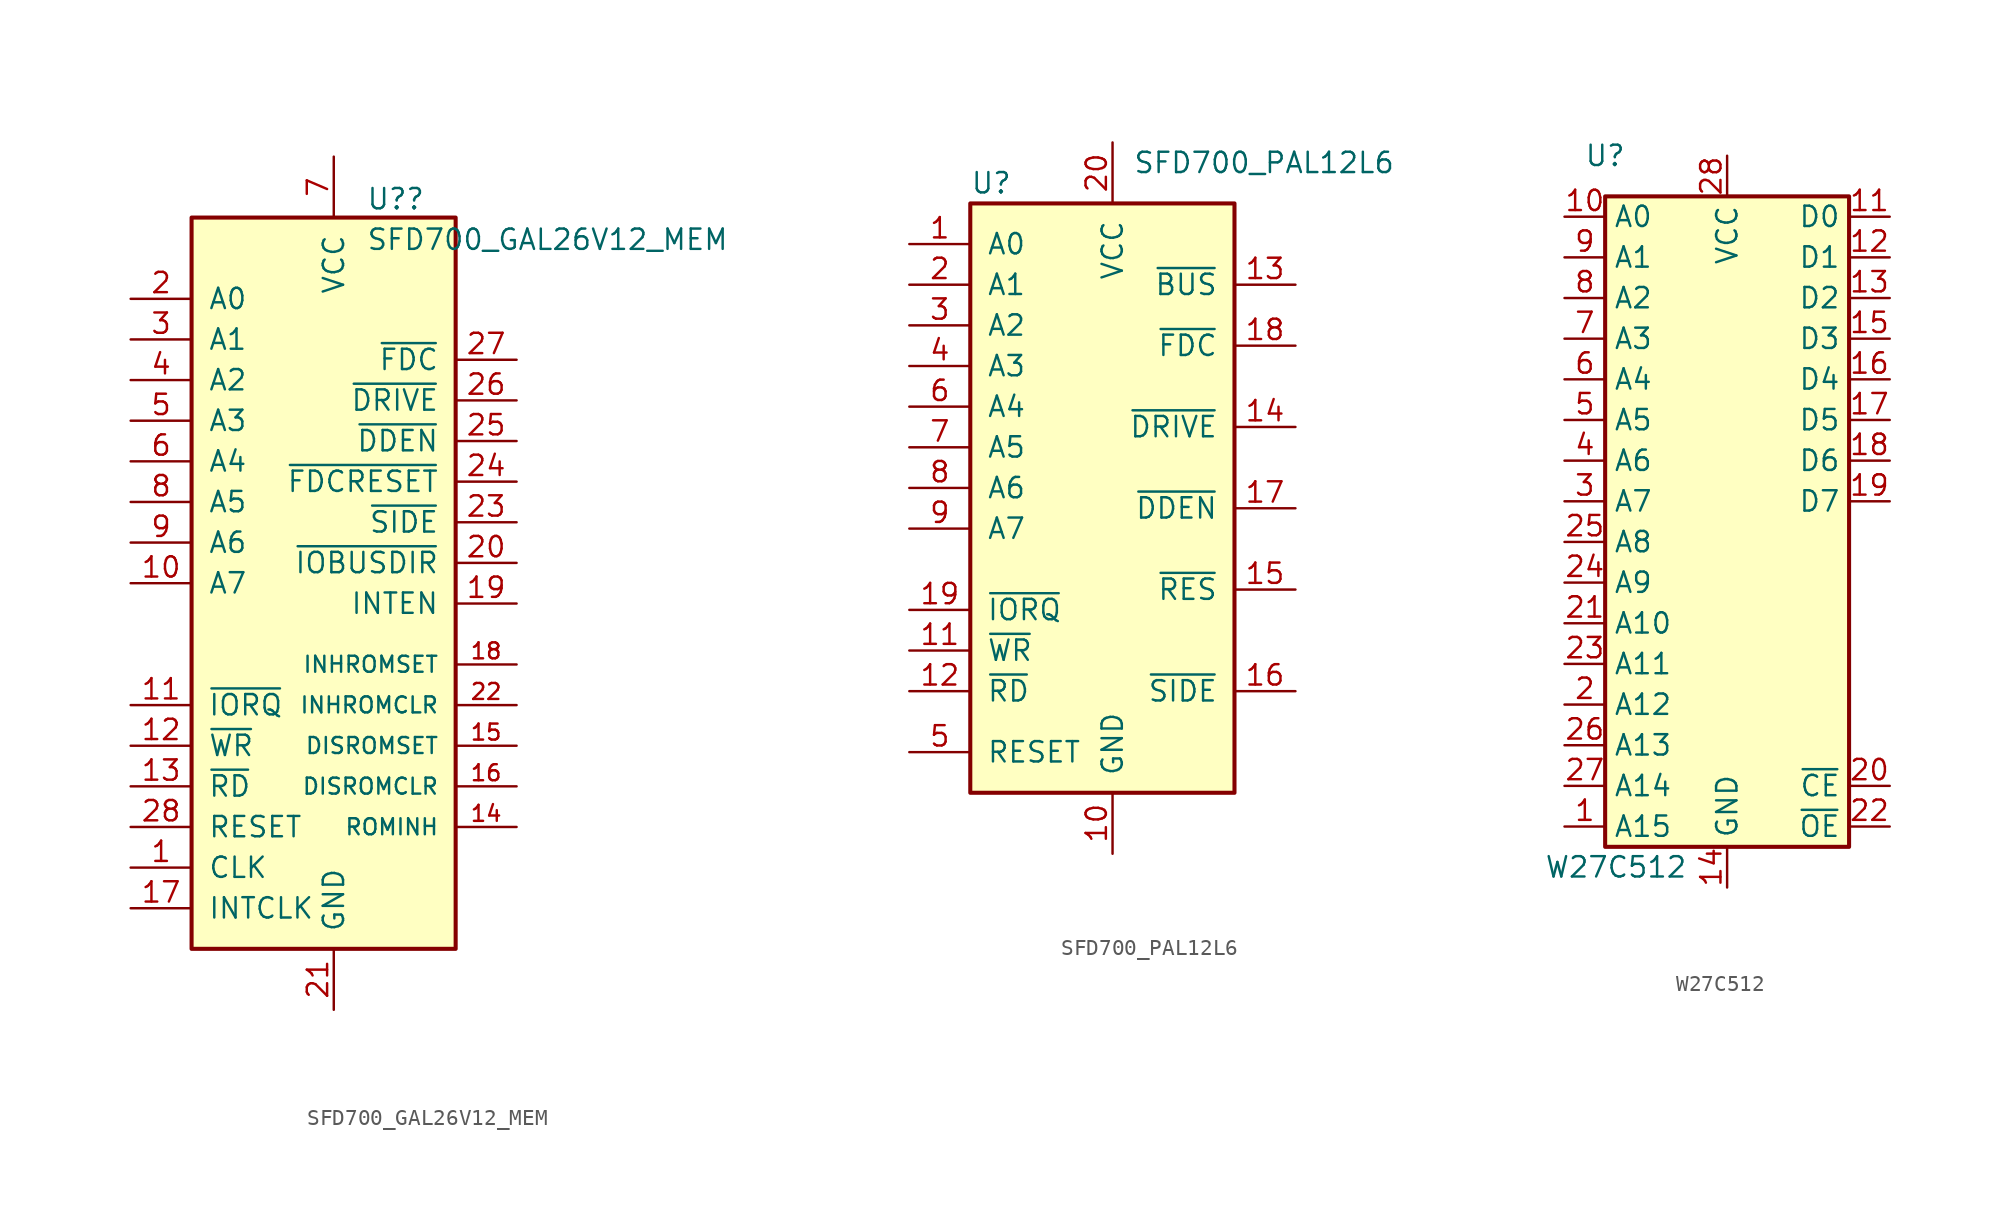
<source format=kicad_sym>
(kicad_symbol_lib
  (version 20220914)
  (generator kicad_symbol_editor)
  (symbol "SFD700_GAL26V12_MEM"
    (pin_names
      (offset 1.016))
    (property "Reference" "U?"
      (at 2.019 18.94 0)
      (effects (font (size 1.27 1.27)) (justify left)))
    (property "Value" "SFD700_GAL26V12_MEM"
      (at 2.019 16.403 0)
      (effects (font (size 1.27 1.27)) (justify left)))
    (symbol "SFD700_GAL26V12_MEM_0_0"
      (pin power_in line (at 0 -31.75 90) (length 3.81) (name "GND" (effects (font (size 1.27 1.27)))) (number "21" (effects (font (size 1.27 1.27)))))
      (pin power_in line (at 0 21.59 270) (length 3.81) (name "VCC" (effects (font (size 1.27 1.27)))) (number "7" (effects (font (size 1.27 1.27))))))
    (symbol "SFD700_GAL26V12_MEM_0_1"
      (rectangle (start -8.89 17.78) (end 7.62 -27.94) (stroke (width 0.254) (type default)) (fill (type background))))
    (symbol "SFD700_GAL26V12_MEM_1_1"
      (pin input line (at -12.7 -22.86 0) (length 3.81) (name "CLK" (effects (font (size 1.27 1.27)))) (number "1" (effects (font (size 1.27 1.27)))))
      (pin input line (at -12.7 -5.08 0) (length 3.81) (name "A7" (effects (font (size 1.27 1.27)))) (number "10" (effects (font (size 1.27 1.27)))))
      (pin input line (at -12.7 -12.7 0) (length 3.81) (name "~{IORQ}" (effects (font (size 1.27 1.27)))) (number "11" (effects (font (size 1.27 1.27)))))
      (pin input line (at -12.7 -15.24 0) (length 3.81) (name "~{WR}" (effects (font (size 1.27 1.27)))) (number "12" (effects (font (size 1.27 1.27)))))
      (pin input line (at -12.7 -17.78 0) (length 3.81) (name "~{RD}" (effects (font (size 1.27 1.27)))) (number "13" (effects (font (size 1.27 1.27)))))
      (pin input line (at 11.43 -20.32 180) (length 3.81) (name "ROMINH" (effects (font (size 1 1)))) (number "14" (effects (font (size 1 1)))))
      (pin output line (at 11.43 -15.24 180) (length 3.81) (name "DISROMSET" (effects (font (size 1 1)))) (number "15" (effects (font (size 1 1)))))
      (pin output line (at 11.43 -17.78 180) (length 3.81) (name "DISROMCLR" (effects (font (size 1 1)))) (number "16" (effects (font (size 1 1)))))
      (pin output line (at -12.7 -25.4 0) (length 3.81) (name "INTCLK" (effects (font (size 1.27 1.27)))) (number "17" (effects (font (size 1.27 1.27)))))
      (pin output line (at 11.43 -10.16 180) (length 3.81) (name "INHROMSET" (effects (font (size 1 1)))) (number "18" (effects (font (size 1 1)))))
      (pin output line (at 11.43 -6.35 180) (length 3.81) (name "INTEN" (effects (font (size 1.27 1.27)))) (number "19" (effects (font (size 1.27 1.27)))))
      (pin input line (at -12.7 12.7 0) (length 3.81) (name "A0" (effects (font (size 1.27 1.27)))) (number "2" (effects (font (size 1.27 1.27)))))
      (pin output line (at 11.43 -3.81 180) (length 3.81) (name "~{IOBUSDIR}" (effects (font (size 1.27 1.27)))) (number "20" (effects (font (size 1.27 1.27)))))
      (pin output line (at 11.43 -12.7 180) (length 3.81) (name "INHROMCLR" (effects (font (size 1 1)))) (number "22" (effects (font (size 1 1)))))
      (pin output line (at 11.43 -1.27 180) (length 3.81) (name "~{SIDE}" (effects (font (size 1.27 1.27)))) (number "23" (effects (font (size 1.27 1.27)))))
      (pin output line (at 11.43 1.27 180) (length 3.81) (name "~{FDCRESET}" (effects (font (size 1.27 1.27)))) (number "24" (effects (font (size 1.27 1.27)))))
      (pin output line (at 11.43 3.81 180) (length 3.81) (name "~{DDEN}" (effects (font (size 1.27 1.27)))) (number "25" (effects (font (size 1.27 1.27)))))
      (pin output line (at 11.43 6.35 180) (length 3.81) (name "~{DRIVE}" (effects (font (size 1.27 1.27)))) (number "26" (effects (font (size 1.27 1.27)))))
      (pin output line (at 11.43 8.89 180) (length 3.81) (name "~{FDC}" (effects (font (size 1.27 1.27)))) (number "27" (effects (font (size 1.27 1.27)))))
      (pin input line (at -12.7 -20.32 0) (length 3.81) (name "RESET" (effects (font (size 1.27 1.27)))) (number "28" (effects (font (size 1.27 1.27)))))
      (pin input line (at -12.7 10.16 0) (length 3.81) (name "A1" (effects (font (size 1.27 1.27)))) (number "3" (effects (font (size 1.27 1.27)))))
      (pin input line (at -12.7 7.62 0) (length 3.81) (name "A2" (effects (font (size 1.27 1.27)))) (number "4" (effects (font (size 1.27 1.27)))))
      (pin input line (at -12.7 5.08 0) (length 3.81) (name "A3" (effects (font (size 1.27 1.27)))) (number "5" (effects (font (size 1.27 1.27)))))
      (pin input line (at -12.7 2.54 0) (length 3.81) (name "A4" (effects (font (size 1.27 1.27)))) (number "6" (effects (font (size 1.27 1.27)))))
      (pin input line (at -12.7 0 0) (length 3.81) (name "A5" (effects (font (size 1.27 1.27)))) (number "8" (effects (font (size 1.27 1.27)))))
      (pin input line (at -12.7 -2.54 0) (length 3.81) (name "A6" (effects (font (size 1.27 1.27)))) (number "9" (effects (font (size 1.27 1.27)))))))
  (symbol "SFD700_PAL12L6"
    (pin_names
      (offset 1.016))
    (property "Reference" "U"
      (at -8.89 16.51 0)
      (effects (font (size 1.27 1.27)) (justify left)))
    (property "Value" "SFD700_PAL12L6"
      (at 1.27 17.78 0)
      (effects (font (size 1.27 1.27)) (justify left)))
    (symbol "SFD700_PAL12L6_0_0"
      (pin power_in line (at 0 -25.4 90) (length 3.81) (name "GND" (effects (font (size 1.27 1.27)))) (number "10" (effects (font (size 1.27 1.27)))))
      (pin power_in line (at 0 19.05 270) (length 3.81) (name "VCC" (effects (font (size 1.27 1.27)))) (number "20" (effects (font (size 1.27 1.27))))))
    (symbol "SFD700_PAL12L6_0_1"
      (rectangle (start -8.89 15.24) (end 7.62 -21.59) (stroke (width 0.254) (type default)) (fill (type background))))
    (symbol "SFD700_PAL12L6_1_1"
      (pin input line (at -12.7 12.7 0) (length 3.81) (name "A0" (effects (font (size 1.27 1.27)))) (number "1" (effects (font (size 1.27 1.27)))))
      (pin input line (at -12.7 -12.7 0) (length 3.81) (name "~{WR}" (effects (font (size 1.27 1.27)))) (number "11" (effects (font (size 1.27 1.27)))))
      (pin input line (at -12.7 -15.24 0) (length 3.81) (name "~{RD}" (effects (font (size 1.27 1.27)))) (number "12" (effects (font (size 1.27 1.27)))))
      (pin output line (at 11.43 10.16 180) (length 3.81) (name "~{BUS}" (effects (font (size 1.27 1.27)))) (number "13" (effects (font (size 1.27 1.27)))))
      (pin output line (at 11.43 1.27 180) (length 3.81) (name "~{DRIVE}" (effects (font (size 1.27 1.27)))) (number "14" (effects (font (size 1.27 1.27)))))
      (pin output line (at 11.43 -8.89 180) (length 3.81) (name "~{RES}" (effects (font (size 1.27 1.27)))) (number "15" (effects (font (size 1.27 1.27)))))
      (pin output line (at 11.43 -15.24 180) (length 3.81) (name "~{SIDE}" (effects (font (size 1.27 1.27)))) (number "16" (effects (font (size 1.27 1.27)))))
      (pin output line (at 11.43 -3.81 180) (length 3.81) (name "~{DDEN}" (effects (font (size 1.27 1.27)))) (number "17" (effects (font (size 1.27 1.27)))))
      (pin output line (at 11.43 6.35 180) (length 3.81) (name "~{FDC}" (effects (font (size 1.27 1.27)))) (number "18" (effects (font (size 1.27 1.27)))))
      (pin input line (at -12.7 -10.16 0) (length 3.81) (name "~{IORQ}" (effects (font (size 1.27 1.27)))) (number "19" (effects (font (size 1.27 1.27)))))
      (pin input line (at -12.7 10.16 0) (length 3.81) (name "A1" (effects (font (size 1.27 1.27)))) (number "2" (effects (font (size 1.27 1.27)))))
      (pin input line (at -12.7 7.62 0) (length 3.81) (name "A2" (effects (font (size 1.27 1.27)))) (number "3" (effects (font (size 1.27 1.27)))))
      (pin input line (at -12.7 5.08 0) (length 3.81) (name "A3" (effects (font (size 1.27 1.27)))) (number "4" (effects (font (size 1.27 1.27)))))
      (pin input line (at -12.7 -19.05 0) (length 3.81) (name "RESET" (effects (font (size 1.27 1.27)))) (number "5" (effects (font (size 1.27 1.27)))))
      (pin input line (at -12.7 2.54 0) (length 3.81) (name "A4" (effects (font (size 1.27 1.27)))) (number "6" (effects (font (size 1.27 1.27)))))
      (pin input line (at -12.7 0 0) (length 3.81) (name "A5" (effects (font (size 1.27 1.27)))) (number "7" (effects (font (size 1.27 1.27)))))
      (pin input line (at -12.7 -2.54 0) (length 3.81) (name "A6" (effects (font (size 1.27 1.27)))) (number "8" (effects (font (size 1.27 1.27)))))
      (pin input line (at -12.7 -5.08 0) (length 3.81) (name "A7" (effects (font (size 1.27 1.27)))) (number "9" (effects (font (size 1.27 1.27)))))))
  (symbol "W27C512"
    (property "Reference" "U"
      (at -7.62 26.67 0)
      (effects (font (size 1.27 1.27))))
    (property "Value" "W27C512"
      (at -11.43 -17.78 0)
      (effects (font (size 1.27 1.27)) (justify left)))
    (symbol "W27C512_1_1"
      (rectangle (start -7.62 24.13) (end 7.62 -16.51) (stroke (width 0.254) (type default)) (fill (type background)))
      (pin input line (at -10.16 -15.24 0) (length 2.54) (name "A15" (effects (font (size 1.27 1.27)))) (number "1" (effects (font (size 1.27 1.27)))))
      (pin input line (at -10.16 22.86 0) (length 2.54) (name "A0" (effects (font (size 1.27 1.27)))) (number "10" (effects (font (size 1.27 1.27)))))
      (pin tri_state line (at 10.16 22.86 180) (length 2.54) (name "D0" (effects (font (size 1.27 1.27)))) (number "11" (effects (font (size 1.27 1.27)))))
      (pin tri_state line (at 10.16 20.32 180) (length 2.54) (name "D1" (effects (font (size 1.27 1.27)))) (number "12" (effects (font (size 1.27 1.27)))))
      (pin tri_state line (at 10.16 17.78 180) (length 2.54) (name "D2" (effects (font (size 1.27 1.27)))) (number "13" (effects (font (size 1.27 1.27)))))
      (pin power_in line (at 0 -19.05 90) (length 2.54) (name "GND" (effects (font (size 1.27 1.27)))) (number "14" (effects (font (size 1.27 1.27)))))
      (pin tri_state line (at 10.16 15.24 180) (length 2.54) (name "D3" (effects (font (size 1.27 1.27)))) (number "15" (effects (font (size 1.27 1.27)))))
      (pin tri_state line (at 10.16 12.7 180) (length 2.54) (name "D4" (effects (font (size 1.27 1.27)))) (number "16" (effects (font (size 1.27 1.27)))))
      (pin tri_state line (at 10.16 10.16 180) (length 2.54) (name "D5" (effects (font (size 1.27 1.27)))) (number "17" (effects (font (size 1.27 1.27)))))
      (pin tri_state line (at 10.16 7.62 180) (length 2.54) (name "D6" (effects (font (size 1.27 1.27)))) (number "18" (effects (font (size 1.27 1.27)))))
      (pin tri_state line (at 10.16 5.08 180) (length 2.54) (name "D7" (effects (font (size 1.27 1.27)))) (number "19" (effects (font (size 1.27 1.27)))))
      (pin input line (at -10.16 -7.62 0) (length 2.54) (name "A12" (effects (font (size 1.27 1.27)))) (number "2" (effects (font (size 1.27 1.27)))))
      (pin input line (at 10.16 -12.7 180) (length 2.54) (name "~{CE}" (effects (font (size 1.27 1.27)))) (number "20" (effects (font (size 1.27 1.27)))))
      (pin input line (at -10.16 -2.54 0) (length 2.54) (name "A10" (effects (font (size 1.27 1.27)))) (number "21" (effects (font (size 1.27 1.27)))))
      (pin input line (at 10.16 -15.24 180) (length 2.54) (name "~{OE}" (effects (font (size 1.27 1.27)))) (number "22" (effects (font (size 1.27 1.27)))))
      (pin input line (at -10.16 -5.08 0) (length 2.54) (name "A11" (effects (font (size 1.27 1.27)))) (number "23" (effects (font (size 1.27 1.27)))))
      (pin input line (at -10.16 0 0) (length 2.54) (name "A9" (effects (font (size 1.27 1.27)))) (number "24" (effects (font (size 1.27 1.27)))))
      (pin input line (at -10.16 2.54 0) (length 2.54) (name "A8" (effects (font (size 1.27 1.27)))) (number "25" (effects (font (size 1.27 1.27)))))
      (pin input line (at -10.16 -10.16 0) (length 2.54) (name "A13" (effects (font (size 1.27 1.27)))) (number "26" (effects (font (size 1.27 1.27)))))
      (pin input line (at -10.16 -12.7 0) (length 2.54) (name "A14" (effects (font (size 1.27 1.27)))) (number "27" (effects (font (size 1.27 1.27)))))
      (pin power_in line (at 0 26.67 270) (length 2.54) (name "VCC" (effects (font (size 1.27 1.27)))) (number "28" (effects (font (size 1.27 1.27)))))
      (pin input line (at -10.16 5.08 0) (length 2.54) (name "A7" (effects (font (size 1.27 1.27)))) (number "3" (effects (font (size 1.27 1.27)))))
      (pin input line (at -10.16 7.62 0) (length 2.54) (name "A6" (effects (font (size 1.27 1.27)))) (number "4" (effects (font (size 1.27 1.27)))))
      (pin input line (at -10.16 10.16 0) (length 2.54) (name "A5" (effects (font (size 1.27 1.27)))) (number "5" (effects (font (size 1.27 1.27)))))
      (pin input line (at -10.16 12.7 0) (length 2.54) (name "A4" (effects (font (size 1.27 1.27)))) (number "6" (effects (font (size 1.27 1.27)))))
      (pin input line (at -10.16 15.24 0) (length 2.54) (name "A3" (effects (font (size 1.27 1.27)))) (number "7" (effects (font (size 1.27 1.27)))))
      (pin input line (at -10.16 17.78 0) (length 2.54) (name "A2" (effects (font (size 1.27 1.27)))) (number "8" (effects (font (size 1.27 1.27)))))
      (pin input line (at -10.16 20.32 0) (length 2.54) (name "A1" (effects (font (size 1.27 1.27)))) (number "9" (effects (font (size 1.27 1.27))))))))
</source>
